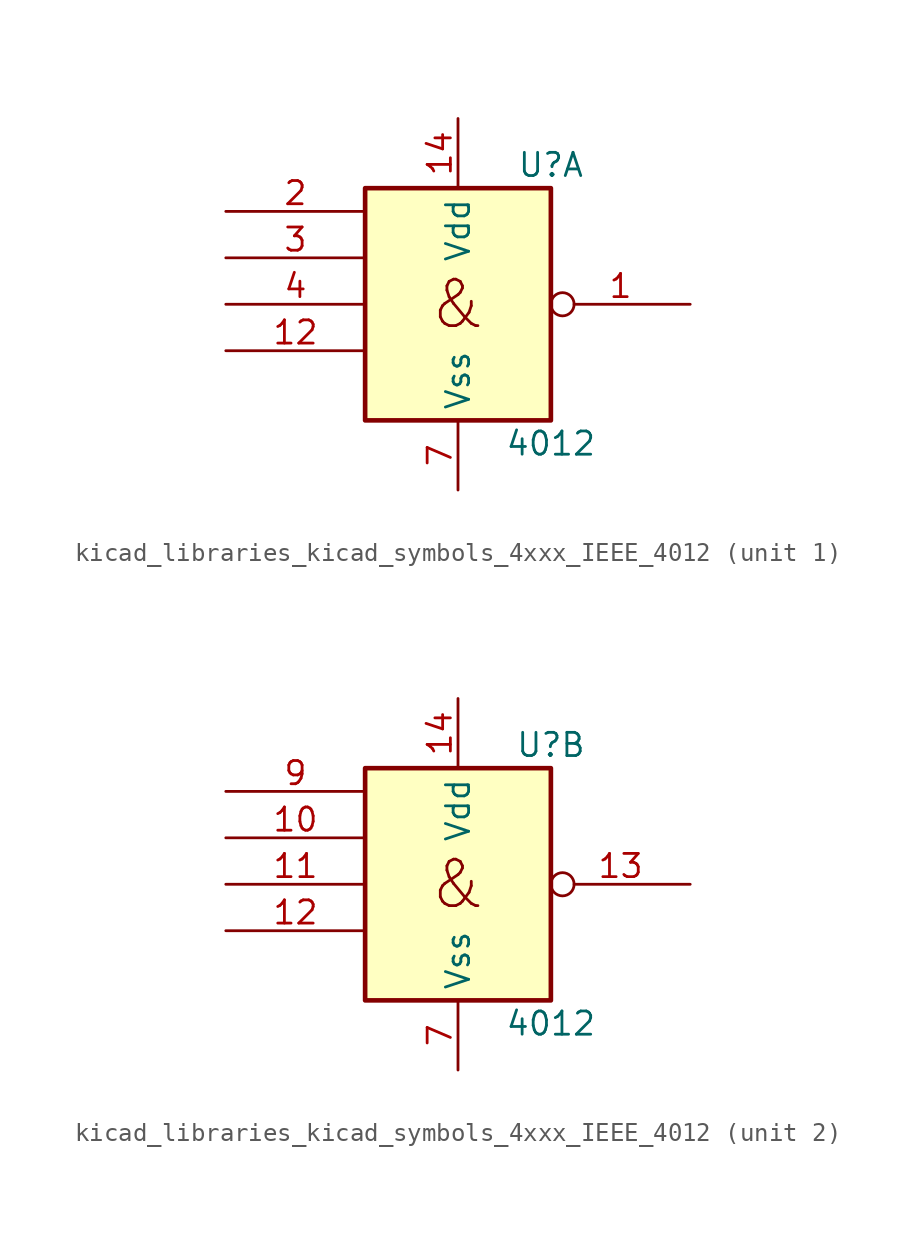
<source format=kicad_sym>
(kicad_symbol_lib
  (version 20220914)
  (generator kicad_symbol_editor)
  (symbol "kicad_libraries_kicad_symbols_4xxx_IEEE_4012"
    (property "Reference" "U"
      (at 5.08 7.62 0)
      (effects (font (size 1.27 1.27))))
    (property "Value" "4012"
      (at 5.08 -7.62 0)
      (effects (font (size 1.27 1.27))))
    (symbol "kicad_libraries_kicad_symbols_4xxx_IEEE_4012_0_0"
      (text "&" (at 0 0 0) (effects (font (size 2.54 2.54)))))
    (symbol "kicad_libraries_kicad_symbols_4xxx_IEEE_4012_0_1"
      (rectangle (start -5.08 6.35) (end 5.08 -6.35) (stroke (width 0.254) (type default)) (fill (type background)))
      (pin power_in line (at 0 10.16 270) (length 3.81) (name "Vdd" (effects (font (size 1.27 1.27)))) (number "14" (effects (font (size 1.27 1.27)))))
      (pin power_in line (at 0 -10.16 90) (length 3.81) (name "Vss" (effects (font (size 1.27 1.27)))) (number "7" (effects (font (size 1.27 1.27))))))
    (symbol "kicad_libraries_kicad_symbols_4xxx_IEEE_4012_1_1"
      (pin output inverted (at 12.7 0 180) (length 7.62) (name "~" (effects (font (size 1.27 1.27)))) (number "1" (effects (font (size 1.27 1.27)))))
      (pin input line (at -12.7 -2.54 0) (length 7.62) (name "~" (effects (font (size 1.27 1.27)))) (number "12" (effects (font (size 1.27 1.27)))))
      (pin input line (at -12.7 5.08 0) (length 7.62) (name "~" (effects (font (size 1.27 1.27)))) (number "2" (effects (font (size 1.27 1.27)))))
      (pin input line (at -12.7 2.54 0) (length 7.62) (name "~" (effects (font (size 1.27 1.27)))) (number "3" (effects (font (size 1.27 1.27)))))
      (pin input line (at -12.7 0 0) (length 7.62) (name "~" (effects (font (size 1.27 1.27)))) (number "4" (effects (font (size 1.27 1.27))))))
    (symbol "kicad_libraries_kicad_symbols_4xxx_IEEE_4012_2_1"
      (pin input line (at -12.7 2.54 0) (length 7.62) (name "~" (effects (font (size 1.27 1.27)))) (number "10" (effects (font (size 1.27 1.27)))))
      (pin input line (at -12.7 0 0) (length 7.62) (name "~" (effects (font (size 1.27 1.27)))) (number "11" (effects (font (size 1.27 1.27)))))
      (pin input line (at -12.7 -2.54 0) (length 7.62) (name "~" (effects (font (size 1.27 1.27)))) (number "12" (effects (font (size 1.27 1.27)))))
      (pin output inverted (at 12.7 0 180) (length 7.62) (name "~" (effects (font (size 1.27 1.27)))) (number "13" (effects (font (size 1.27 1.27)))))
      (pin input line (at -12.7 5.08 0) (length 7.62) (name "~" (effects (font (size 1.27 1.27)))) (number "9" (effects (font (size 1.27 1.27))))))))
</source>
